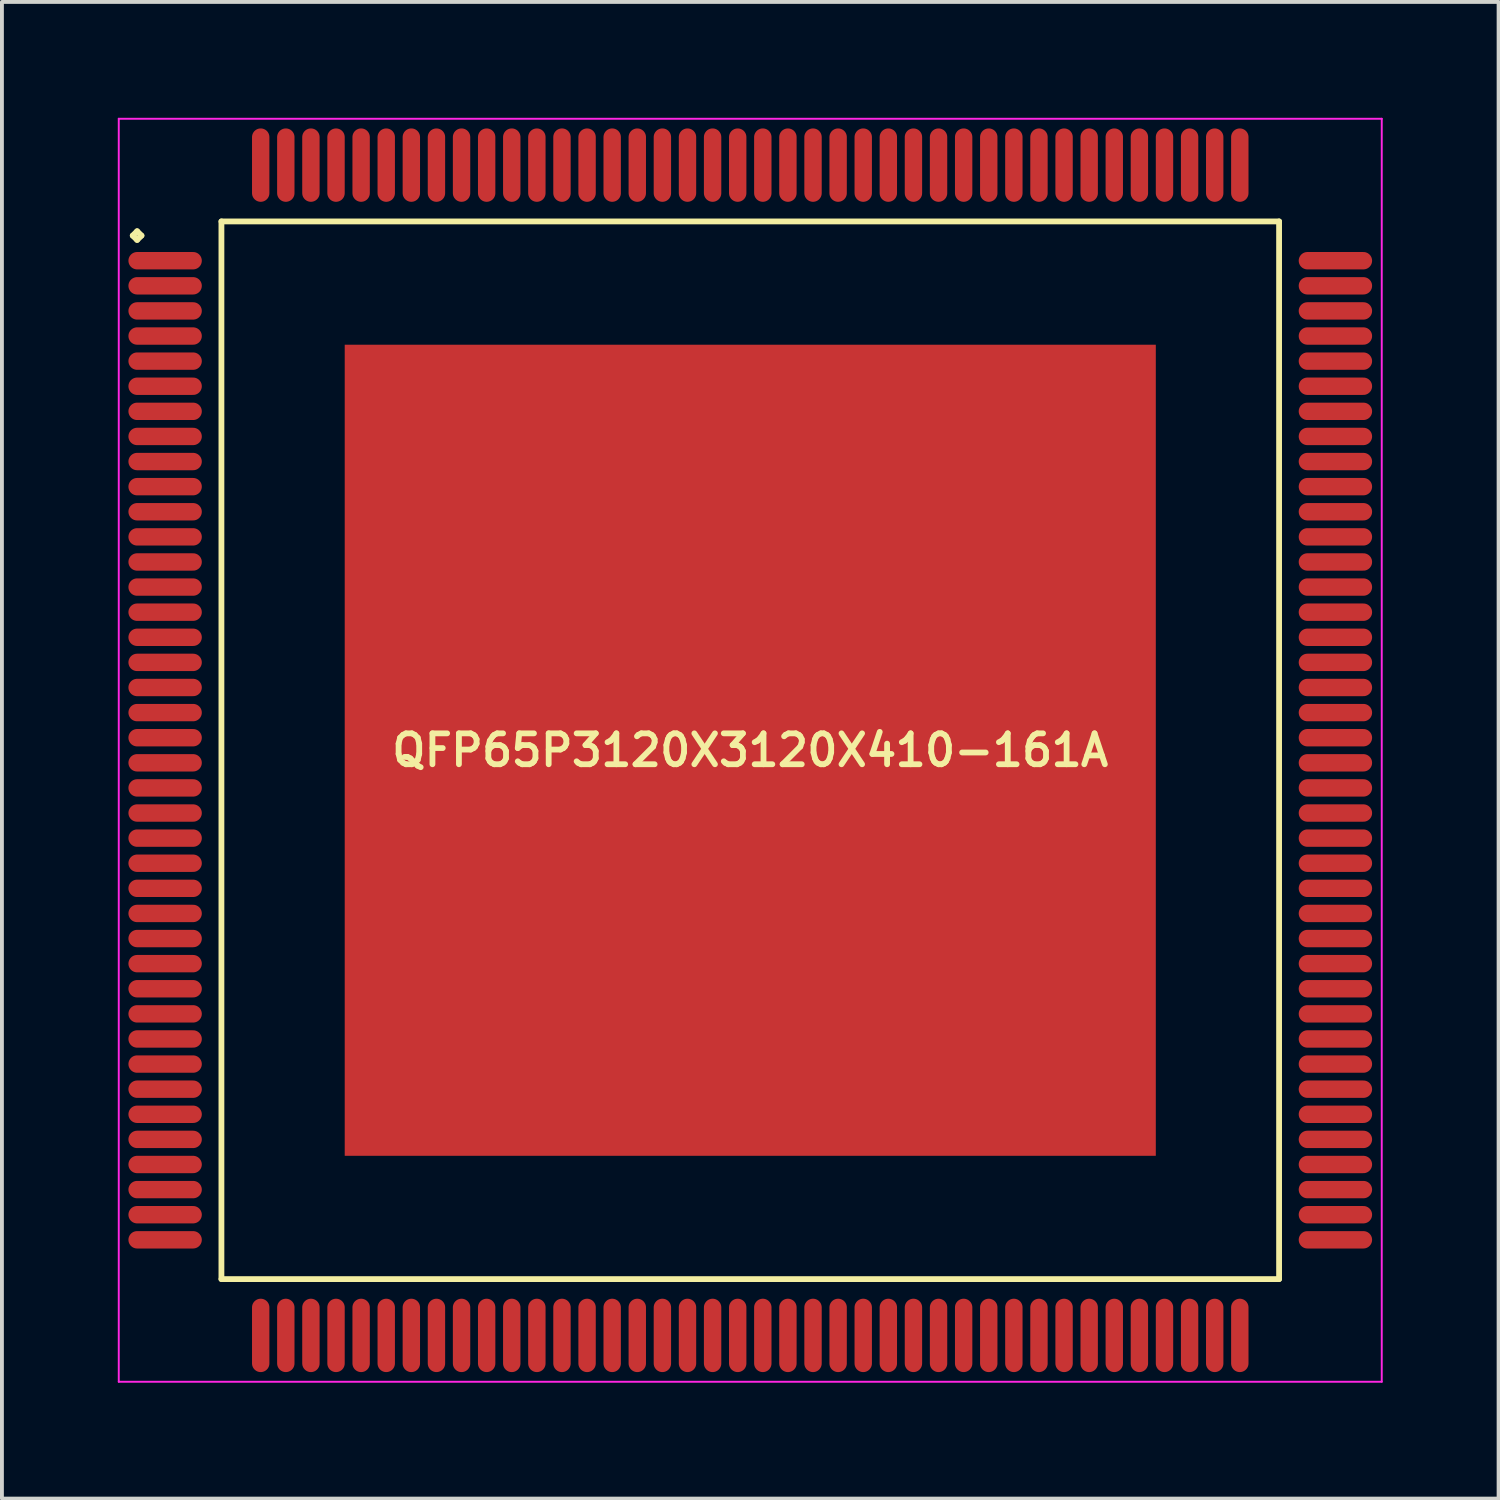
<source format=kicad_pcb>
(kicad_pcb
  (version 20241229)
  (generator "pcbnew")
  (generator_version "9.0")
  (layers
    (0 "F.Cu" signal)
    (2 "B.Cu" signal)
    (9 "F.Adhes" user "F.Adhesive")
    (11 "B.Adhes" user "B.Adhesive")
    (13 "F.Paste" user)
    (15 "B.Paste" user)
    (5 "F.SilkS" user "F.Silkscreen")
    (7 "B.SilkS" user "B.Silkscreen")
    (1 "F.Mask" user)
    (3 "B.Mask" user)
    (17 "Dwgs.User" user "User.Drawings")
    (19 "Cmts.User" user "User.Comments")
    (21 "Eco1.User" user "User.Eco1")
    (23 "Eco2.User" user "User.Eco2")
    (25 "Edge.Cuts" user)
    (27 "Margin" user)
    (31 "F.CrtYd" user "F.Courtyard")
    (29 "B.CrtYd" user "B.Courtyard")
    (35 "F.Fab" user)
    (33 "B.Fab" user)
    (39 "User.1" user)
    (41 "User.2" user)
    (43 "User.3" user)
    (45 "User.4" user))
  (footprint "QFP65P3120X3120X410-161A"
    (layer "F.Cu")
    (at 16.375 16.375)
    (property "Reference" "QFP65P3120X3120X410-161A" (at 0 0 0) (layer "F.SilkS") (effects (font (size 0.8 0.8) (thickness 0.15))))
    (attr smd)
    (fp_line (start -15.988 -13.325) (end -15.875 -13.438) (stroke (width 0.15) (type solid)) (layer "F.SilkS"))
    (fp_line (start -15.875 -13.438) (end -15.762 -13.325) (stroke (width 0.15) (type solid)) (layer "F.SilkS"))
    (fp_line (start -15.875 -13.213) (end -15.988 -13.325) (stroke (width 0.15) (type solid)) (layer "F.SilkS"))
    (fp_line (start -15.762 -13.325) (end -15.875 -13.213) (stroke (width 0.15) (type solid)) (layer "F.SilkS"))
    (fp_line (start -13.692 -13.692) (end -13.692 13.692) (stroke (width 0.15) (type solid)) (layer "F.SilkS"))
    (fp_line (start -13.692 13.692) (end 13.692 13.692) (stroke (width 0.15) (type solid)) (layer "F.SilkS"))
    (fp_line (start 13.692 -13.692) (end -13.692 -13.692) (stroke (width 0.15) (type solid)) (layer "F.SilkS"))
    (fp_line (start 13.692 13.692) (end 13.692 -13.692) (stroke (width 0.15) (type solid)) (layer "F.SilkS"))
    (fp_line (start -16.35 -16.35) (end 16.35 -16.35) (stroke (width 0.05) (type solid)) (layer "F.CrtYd"))
    (fp_line (start -16.35 16.35) (end -16.35 -16.35) (stroke (width 0.05) (type solid)) (layer "F.CrtYd"))
    (fp_line (start 16.35 -16.35) (end 16.35 16.35) (stroke (width 0.05) (type solid)) (layer "F.CrtYd"))
    (fp_line (start 16.35 16.35) (end -16.35 16.35) (stroke (width 0.05) (type solid)) (layer "F.CrtYd"))
    (pad "1" smd oval (at -15.15 -12.675) (size 1.9 0.45) (layers "F.Cu" "F.Mask" "F.Paste"))
    (pad "2" smd oval (at -15.15 -12.025) (size 1.9 0.45) (layers "F.Cu" "F.Mask" "F.Paste"))
    (pad "3" smd oval (at -15.15 -11.375) (size 1.9 0.45) (layers "F.Cu" "F.Mask" "F.Paste"))
    (pad "4" smd oval (at -15.15 -10.725) (size 1.9 0.45) (layers "F.Cu" "F.Mask" "F.Paste"))
    (pad "5" smd oval (at -15.15 -10.075) (size 1.9 0.45) (layers "F.Cu" "F.Mask" "F.Paste"))
    (pad "6" smd oval (at -15.15 -9.425) (size 1.9 0.45) (layers "F.Cu" "F.Mask" "F.Paste"))
    (pad "7" smd oval (at -15.15 -8.775) (size 1.9 0.45) (layers "F.Cu" "F.Mask" "F.Paste"))
    (pad "8" smd oval (at -15.15 -8.125) (size 1.9 0.45) (layers "F.Cu" "F.Mask" "F.Paste"))
    (pad "9" smd oval (at -15.15 -7.475) (size 1.9 0.45) (layers "F.Cu" "F.Mask" "F.Paste"))
    (pad "10" smd oval (at -15.15 -6.825) (size 1.9 0.45) (layers "F.Cu" "F.Mask" "F.Paste"))
    (pad "11" smd oval (at -15.15 -6.175) (size 1.9 0.45) (layers "F.Cu" "F.Mask" "F.Paste"))
    (pad "12" smd oval (at -15.15 -5.525) (size 1.9 0.45) (layers "F.Cu" "F.Mask" "F.Paste"))
    (pad "13" smd oval (at -15.15 -4.875) (size 1.9 0.45) (layers "F.Cu" "F.Mask" "F.Paste"))
    (pad "14" smd oval (at -15.15 -4.225) (size 1.9 0.45) (layers "F.Cu" "F.Mask" "F.Paste"))
    (pad "15" smd oval (at -15.15 -3.575) (size 1.9 0.45) (layers "F.Cu" "F.Mask" "F.Paste"))
    (pad "16" smd oval (at -15.15 -2.925) (size 1.9 0.45) (layers "F.Cu" "F.Mask" "F.Paste"))
    (pad "17" smd oval (at -15.15 -2.275) (size 1.9 0.45) (layers "F.Cu" "F.Mask" "F.Paste"))
    (pad "18" smd oval (at -15.15 -1.625) (size 1.9 0.45) (layers "F.Cu" "F.Mask" "F.Paste"))
    (pad "19" smd oval (at -15.15 -0.975) (size 1.9 0.45) (layers "F.Cu" "F.Mask" "F.Paste"))
    (pad "20" smd oval (at -15.15 -0.325) (size 1.9 0.45) (layers "F.Cu" "F.Mask" "F.Paste"))
    (pad "21" smd oval (at -15.15 0.325) (size 1.9 0.45) (layers "F.Cu" "F.Mask" "F.Paste"))
    (pad "22" smd oval (at -15.15 0.975) (size 1.9 0.45) (layers "F.Cu" "F.Mask" "F.Paste"))
    (pad "23" smd oval (at -15.15 1.625) (size 1.9 0.45) (layers "F.Cu" "F.Mask" "F.Paste"))
    (pad "24" smd oval (at -15.15 2.275) (size 1.9 0.45) (layers "F.Cu" "F.Mask" "F.Paste"))
    (pad "25" smd oval (at -15.15 2.925) (size 1.9 0.45) (layers "F.Cu" "F.Mask" "F.Paste"))
    (pad "26" smd oval (at -15.15 3.575) (size 1.9 0.45) (layers "F.Cu" "F.Mask" "F.Paste"))
    (pad "27" smd oval (at -15.15 4.225) (size 1.9 0.45) (layers "F.Cu" "F.Mask" "F.Paste"))
    (pad "28" smd oval (at -15.15 4.875) (size 1.9 0.45) (layers "F.Cu" "F.Mask" "F.Paste"))
    (pad "29" smd oval (at -15.15 5.525) (size 1.9 0.45) (layers "F.Cu" "F.Mask" "F.Paste"))
    (pad "30" smd oval (at -15.15 6.175) (size 1.9 0.45) (layers "F.Cu" "F.Mask" "F.Paste"))
    (pad "31" smd oval (at -15.15 6.825) (size 1.9 0.45) (layers "F.Cu" "F.Mask" "F.Paste"))
    (pad "32" smd oval (at -15.15 7.475) (size 1.9 0.45) (layers "F.Cu" "F.Mask" "F.Paste"))
    (pad "33" smd oval (at -15.15 8.125) (size 1.9 0.45) (layers "F.Cu" "F.Mask" "F.Paste"))
    (pad "34" smd oval (at -15.15 8.775) (size 1.9 0.45) (layers "F.Cu" "F.Mask" "F.Paste"))
    (pad "35" smd oval (at -15.15 9.425) (size 1.9 0.45) (layers "F.Cu" "F.Mask" "F.Paste"))
    (pad "36" smd oval (at -15.15 10.075) (size 1.9 0.45) (layers "F.Cu" "F.Mask" "F.Paste"))
    (pad "37" smd oval (at -15.15 10.725) (size 1.9 0.45) (layers "F.Cu" "F.Mask" "F.Paste"))
    (pad "38" smd oval (at -15.15 11.375) (size 1.9 0.45) (layers "F.Cu" "F.Mask" "F.Paste"))
    (pad "39" smd oval (at -15.15 12.025) (size 1.9 0.45) (layers "F.Cu" "F.Mask" "F.Paste"))
    (pad "40" smd oval (at -15.15 12.675) (size 1.9 0.45) (layers "F.Cu" "F.Mask" "F.Paste"))
    (pad "41" smd oval (at -12.675 15.15) (size 0.45 1.9) (layers "F.Cu" "F.Mask" "F.Paste"))
    (pad "42" smd oval (at -12.025 15.15) (size 0.45 1.9) (layers "F.Cu" "F.Mask" "F.Paste"))
    (pad "43" smd oval (at -11.375 15.15) (size 0.45 1.9) (layers "F.Cu" "F.Mask" "F.Paste"))
    (pad "44" smd oval (at -10.725 15.15) (size 0.45 1.9) (layers "F.Cu" "F.Mask" "F.Paste"))
    (pad "45" smd oval (at -10.075 15.15) (size 0.45 1.9) (layers "F.Cu" "F.Mask" "F.Paste"))
    (pad "46" smd oval (at -9.425 15.15) (size 0.45 1.9) (layers "F.Cu" "F.Mask" "F.Paste"))
    (pad "47" smd oval (at -8.775 15.15) (size 0.45 1.9) (layers "F.Cu" "F.Mask" "F.Paste"))
    (pad "48" smd oval (at -8.125 15.15) (size 0.45 1.9) (layers "F.Cu" "F.Mask" "F.Paste"))
    (pad "49" smd oval (at -7.475 15.15) (size 0.45 1.9) (layers "F.Cu" "F.Mask" "F.Paste"))
    (pad "50" smd oval (at -6.825 15.15) (size 0.45 1.9) (layers "F.Cu" "F.Mask" "F.Paste"))
    (pad "51" smd oval (at -6.175 15.15) (size 0.45 1.9) (layers "F.Cu" "F.Mask" "F.Paste"))
    (pad "52" smd oval (at -5.525 15.15) (size 0.45 1.9) (layers "F.Cu" "F.Mask" "F.Paste"))
    (pad "53" smd oval (at -4.875 15.15) (size 0.45 1.9) (layers "F.Cu" "F.Mask" "F.Paste"))
    (pad "54" smd oval (at -4.225 15.15) (size 0.45 1.9) (layers "F.Cu" "F.Mask" "F.Paste"))
    (pad "55" smd oval (at -3.575 15.15) (size 0.45 1.9) (layers "F.Cu" "F.Mask" "F.Paste"))
    (pad "56" smd oval (at -2.925 15.15) (size 0.45 1.9) (layers "F.Cu" "F.Mask" "F.Paste"))
    (pad "57" smd oval (at -2.275 15.15) (size 0.45 1.9) (layers "F.Cu" "F.Mask" "F.Paste"))
    (pad "58" smd oval (at -1.625 15.15) (size 0.45 1.9) (layers "F.Cu" "F.Mask" "F.Paste"))
    (pad "59" smd oval (at -0.975 15.15) (size 0.45 1.9) (layers "F.Cu" "F.Mask" "F.Paste"))
    (pad "60" smd oval (at -0.325 15.15) (size 0.45 1.9) (layers "F.Cu" "F.Mask" "F.Paste"))
    (pad "61" smd oval (at 0.325 15.15) (size 0.45 1.9) (layers "F.Cu" "F.Mask" "F.Paste"))
    (pad "62" smd oval (at 0.975 15.15) (size 0.45 1.9) (layers "F.Cu" "F.Mask" "F.Paste"))
    (pad "63" smd oval (at 1.625 15.15) (size 0.45 1.9) (layers "F.Cu" "F.Mask" "F.Paste"))
    (pad "64" smd oval (at 2.275 15.15) (size 0.45 1.9) (layers "F.Cu" "F.Mask" "F.Paste"))
    (pad "65" smd oval (at 2.925 15.15) (size 0.45 1.9) (layers "F.Cu" "F.Mask" "F.Paste"))
    (pad "66" smd oval (at 3.575 15.15) (size 0.45 1.9) (layers "F.Cu" "F.Mask" "F.Paste"))
    (pad "67" smd oval (at 4.225 15.15) (size 0.45 1.9) (layers "F.Cu" "F.Mask" "F.Paste"))
    (pad "68" smd oval (at 4.875 15.15) (size 0.45 1.9) (layers "F.Cu" "F.Mask" "F.Paste"))
    (pad "69" smd oval (at 5.525 15.15) (size 0.45 1.9) (layers "F.Cu" "F.Mask" "F.Paste"))
    (pad "70" smd oval (at 6.175 15.15) (size 0.45 1.9) (layers "F.Cu" "F.Mask" "F.Paste"))
    (pad "71" smd oval (at 6.825 15.15) (size 0.45 1.9) (layers "F.Cu" "F.Mask" "F.Paste"))
    (pad "72" smd oval (at 7.475 15.15) (size 0.45 1.9) (layers "F.Cu" "F.Mask" "F.Paste"))
    (pad "73" smd oval (at 8.125 15.15) (size 0.45 1.9) (layers "F.Cu" "F.Mask" "F.Paste"))
    (pad "74" smd oval (at 8.775 15.15) (size 0.45 1.9) (layers "F.Cu" "F.Mask" "F.Paste"))
    (pad "75" smd oval (at 9.425 15.15) (size 0.45 1.9) (layers "F.Cu" "F.Mask" "F.Paste"))
    (pad "76" smd oval (at 10.075 15.15) (size 0.45 1.9) (layers "F.Cu" "F.Mask" "F.Paste"))
    (pad "77" smd oval (at 10.725 15.15) (size 0.45 1.9) (layers "F.Cu" "F.Mask" "F.Paste"))
    (pad "78" smd oval (at 11.375 15.15) (size 0.45 1.9) (layers "F.Cu" "F.Mask" "F.Paste"))
    (pad "79" smd oval (at 12.025 15.15) (size 0.45 1.9) (layers "F.Cu" "F.Mask" "F.Paste"))
    (pad "80" smd oval (at 12.675 15.15) (size 0.45 1.9) (layers "F.Cu" "F.Mask" "F.Paste"))
    (pad "81" smd oval (at 15.15 12.675) (size 1.9 0.45) (layers "F.Cu" "F.Mask" "F.Paste"))
    (pad "82" smd oval (at 15.15 12.025) (size 1.9 0.45) (layers "F.Cu" "F.Mask" "F.Paste"))
    (pad "83" smd oval (at 15.15 11.375) (size 1.9 0.45) (layers "F.Cu" "F.Mask" "F.Paste"))
    (pad "84" smd oval (at 15.15 10.725) (size 1.9 0.45) (layers "F.Cu" "F.Mask" "F.Paste"))
    (pad "85" smd oval (at 15.15 10.075) (size 1.9 0.45) (layers "F.Cu" "F.Mask" "F.Paste"))
    (pad "86" smd oval (at 15.15 9.425) (size 1.9 0.45) (layers "F.Cu" "F.Mask" "F.Paste"))
    (pad "87" smd oval (at 15.15 8.775) (size 1.9 0.45) (layers "F.Cu" "F.Mask" "F.Paste"))
    (pad "88" smd oval (at 15.15 8.125) (size 1.9 0.45) (layers "F.Cu" "F.Mask" "F.Paste"))
    (pad "89" smd oval (at 15.15 7.475) (size 1.9 0.45) (layers "F.Cu" "F.Mask" "F.Paste"))
    (pad "90" smd oval (at 15.15 6.825) (size 1.9 0.45) (layers "F.Cu" "F.Mask" "F.Paste"))
    (pad "91" smd oval (at 15.15 6.175) (size 1.9 0.45) (layers "F.Cu" "F.Mask" "F.Paste"))
    (pad "92" smd oval (at 15.15 5.525) (size 1.9 0.45) (layers "F.Cu" "F.Mask" "F.Paste"))
    (pad "93" smd oval (at 15.15 4.875) (size 1.9 0.45) (layers "F.Cu" "F.Mask" "F.Paste"))
    (pad "94" smd oval (at 15.15 4.225) (size 1.9 0.45) (layers "F.Cu" "F.Mask" "F.Paste"))
    (pad "95" smd oval (at 15.15 3.575) (size 1.9 0.45) (layers "F.Cu" "F.Mask" "F.Paste"))
    (pad "96" smd oval (at 15.15 2.925) (size 1.9 0.45) (layers "F.Cu" "F.Mask" "F.Paste"))
    (pad "97" smd oval (at 15.15 2.275) (size 1.9 0.45) (layers "F.Cu" "F.Mask" "F.Paste"))
    (pad "98" smd oval (at 15.15 1.625) (size 1.9 0.45) (layers "F.Cu" "F.Mask" "F.Paste"))
    (pad "99" smd oval (at 15.15 0.975) (size 1.9 0.45) (layers "F.Cu" "F.Mask" "F.Paste"))
    (pad "100" smd oval (at 15.15 0.325) (size 1.9 0.45) (layers "F.Cu" "F.Mask" "F.Paste"))
    (pad "101" smd oval (at 15.15 -0.325) (size 1.9 0.45) (layers "F.Cu" "F.Mask" "F.Paste"))
    (pad "102" smd oval (at 15.15 -0.975) (size 1.9 0.45) (layers "F.Cu" "F.Mask" "F.Paste"))
    (pad "103" smd oval (at 15.15 -1.625) (size 1.9 0.45) (layers "F.Cu" "F.Mask" "F.Paste"))
    (pad "104" smd oval (at 15.15 -2.275) (size 1.9 0.45) (layers "F.Cu" "F.Mask" "F.Paste"))
    (pad "105" smd oval (at 15.15 -2.925) (size 1.9 0.45) (layers "F.Cu" "F.Mask" "F.Paste"))
    (pad "106" smd oval (at 15.15 -3.575) (size 1.9 0.45) (layers "F.Cu" "F.Mask" "F.Paste"))
    (pad "107" smd oval (at 15.15 -4.225) (size 1.9 0.45) (layers "F.Cu" "F.Mask" "F.Paste"))
    (pad "108" smd oval (at 15.15 -4.875) (size 1.9 0.45) (layers "F.Cu" "F.Mask" "F.Paste"))
    (pad "109" smd oval (at 15.15 -5.525) (size 1.9 0.45) (layers "F.Cu" "F.Mask" "F.Paste"))
    (pad "110" smd oval (at 15.15 -6.175) (size 1.9 0.45) (layers "F.Cu" "F.Mask" "F.Paste"))
    (pad "111" smd oval (at 15.15 -6.825) (size 1.9 0.45) (layers "F.Cu" "F.Mask" "F.Paste"))
    (pad "112" smd oval (at 15.15 -7.475) (size 1.9 0.45) (layers "F.Cu" "F.Mask" "F.Paste"))
    (pad "113" smd oval (at 15.15 -8.125) (size 1.9 0.45) (layers "F.Cu" "F.Mask" "F.Paste"))
    (pad "114" smd oval (at 15.15 -8.775) (size 1.9 0.45) (layers "F.Cu" "F.Mask" "F.Paste"))
    (pad "115" smd oval (at 15.15 -9.425) (size 1.9 0.45) (layers "F.Cu" "F.Mask" "F.Paste"))
    (pad "116" smd oval (at 15.15 -10.075) (size 1.9 0.45) (layers "F.Cu" "F.Mask" "F.Paste"))
    (pad "117" smd oval (at 15.15 -10.725) (size 1.9 0.45) (layers "F.Cu" "F.Mask" "F.Paste"))
    (pad "118" smd oval (at 15.15 -11.375) (size 1.9 0.45) (layers "F.Cu" "F.Mask" "F.Paste"))
    (pad "119" smd oval (at 15.15 -12.025) (size 1.9 0.45) (layers "F.Cu" "F.Mask" "F.Paste"))
    (pad "120" smd oval (at 15.15 -12.675) (size 1.9 0.45) (layers "F.Cu" "F.Mask" "F.Paste"))
    (pad "121" smd oval (at 12.675 -15.15) (size 0.45 1.9) (layers "F.Cu" "F.Mask" "F.Paste"))
    (pad "122" smd oval (at 12.025 -15.15) (size 0.45 1.9) (layers "F.Cu" "F.Mask" "F.Paste"))
    (pad "123" smd oval (at 11.375 -15.15) (size 0.45 1.9) (layers "F.Cu" "F.Mask" "F.Paste"))
    (pad "124" smd oval (at 10.725 -15.15) (size 0.45 1.9) (layers "F.Cu" "F.Mask" "F.Paste"))
    (pad "125" smd oval (at 10.075 -15.15) (size 0.45 1.9) (layers "F.Cu" "F.Mask" "F.Paste"))
    (pad "126" smd oval (at 9.425 -15.15) (size 0.45 1.9) (layers "F.Cu" "F.Mask" "F.Paste"))
    (pad "127" smd oval (at 8.775 -15.15) (size 0.45 1.9) (layers "F.Cu" "F.Mask" "F.Paste"))
    (pad "128" smd oval (at 8.125 -15.15) (size 0.45 1.9) (layers "F.Cu" "F.Mask" "F.Paste"))
    (pad "129" smd oval (at 7.475 -15.15) (size 0.45 1.9) (layers "F.Cu" "F.Mask" "F.Paste"))
    (pad "130" smd oval (at 6.825 -15.15) (size 0.45 1.9) (layers "F.Cu" "F.Mask" "F.Paste"))
    (pad "131" smd oval (at 6.175 -15.15) (size 0.45 1.9) (layers "F.Cu" "F.Mask" "F.Paste"))
    (pad "132" smd oval (at 5.525 -15.15) (size 0.45 1.9) (layers "F.Cu" "F.Mask" "F.Paste"))
    (pad "133" smd oval (at 4.875 -15.15) (size 0.45 1.9) (layers "F.Cu" "F.Mask" "F.Paste"))
    (pad "134" smd oval (at 4.225 -15.15) (size 0.45 1.9) (layers "F.Cu" "F.Mask" "F.Paste"))
    (pad "135" smd oval (at 3.575 -15.15) (size 0.45 1.9) (layers "F.Cu" "F.Mask" "F.Paste"))
    (pad "136" smd oval (at 2.925 -15.15) (size 0.45 1.9) (layers "F.Cu" "F.Mask" "F.Paste"))
    (pad "137" smd oval (at 2.275 -15.15) (size 0.45 1.9) (layers "F.Cu" "F.Mask" "F.Paste"))
    (pad "138" smd oval (at 1.625 -15.15) (size 0.45 1.9) (layers "F.Cu" "F.Mask" "F.Paste"))
    (pad "139" smd oval (at 0.975 -15.15) (size 0.45 1.9) (layers "F.Cu" "F.Mask" "F.Paste"))
    (pad "140" smd oval (at 0.325 -15.15) (size 0.45 1.9) (layers "F.Cu" "F.Mask" "F.Paste"))
    (pad "141" smd oval (at -0.325 -15.15) (size 0.45 1.9) (layers "F.Cu" "F.Mask" "F.Paste"))
    (pad "142" smd oval (at -0.975 -15.15) (size 0.45 1.9) (layers "F.Cu" "F.Mask" "F.Paste"))
    (pad "143" smd oval (at -1.625 -15.15) (size 0.45 1.9) (layers "F.Cu" "F.Mask" "F.Paste"))
    (pad "144" smd oval (at -2.275 -15.15) (size 0.45 1.9) (layers "F.Cu" "F.Mask" "F.Paste"))
    (pad "145" smd oval (at -2.925 -15.15) (size 0.45 1.9) (layers "F.Cu" "F.Mask" "F.Paste"))
    (pad "146" smd oval (at -3.575 -15.15) (size 0.45 1.9) (layers "F.Cu" "F.Mask" "F.Paste"))
    (pad "147" smd oval (at -4.225 -15.15) (size 0.45 1.9) (layers "F.Cu" "F.Mask" "F.Paste"))
    (pad "148" smd oval (at -4.875 -15.15) (size 0.45 1.9) (layers "F.Cu" "F.Mask" "F.Paste"))
    (pad "149" smd oval (at -5.525 -15.15) (size 0.45 1.9) (layers "F.Cu" "F.Mask" "F.Paste"))
    (pad "150" smd oval (at -6.175 -15.15) (size 0.45 1.9) (layers "F.Cu" "F.Mask" "F.Paste"))
    (pad "151" smd oval (at -6.825 -15.15) (size 0.45 1.9) (layers "F.Cu" "F.Mask" "F.Paste"))
    (pad "152" smd oval (at -7.475 -15.15) (size 0.45 1.9) (layers "F.Cu" "F.Mask" "F.Paste"))
    (pad "153" smd oval (at -8.125 -15.15) (size 0.45 1.9) (layers "F.Cu" "F.Mask" "F.Paste"))
    (pad "154" smd oval (at -8.775 -15.15) (size 0.45 1.9) (layers "F.Cu" "F.Mask" "F.Paste"))
    (pad "155" smd oval (at -9.425 -15.15) (size 0.45 1.9) (layers "F.Cu" "F.Mask" "F.Paste"))
    (pad "156" smd oval (at -10.075 -15.15) (size 0.45 1.9) (layers "F.Cu" "F.Mask" "F.Paste"))
    (pad "157" smd oval (at -10.725 -15.15) (size 0.45 1.9) (layers "F.Cu" "F.Mask" "F.Paste"))
    (pad "158" smd oval (at -11.375 -15.15) (size 0.45 1.9) (layers "F.Cu" "F.Mask" "F.Paste"))
    (pad "159" smd oval (at -12.025 -15.15) (size 0.45 1.9) (layers "F.Cu" "F.Mask" "F.Paste"))
    (pad "160" smd oval (at -12.675 -15.15) (size 0.45 1.9) (layers "F.Cu" "F.Mask" "F.Paste"))
    (pad "161" smd rect (at 0 0) (size 21 21) (layers "F.Cu" "F.Mask" "F.Paste")))
  (gr_rect
    (start -3 -3)
    (end 35.75 35.75)
    (stroke (width 0.1) (type default))
    (fill no)
    (layer "Edge.Cuts")))
</source>
